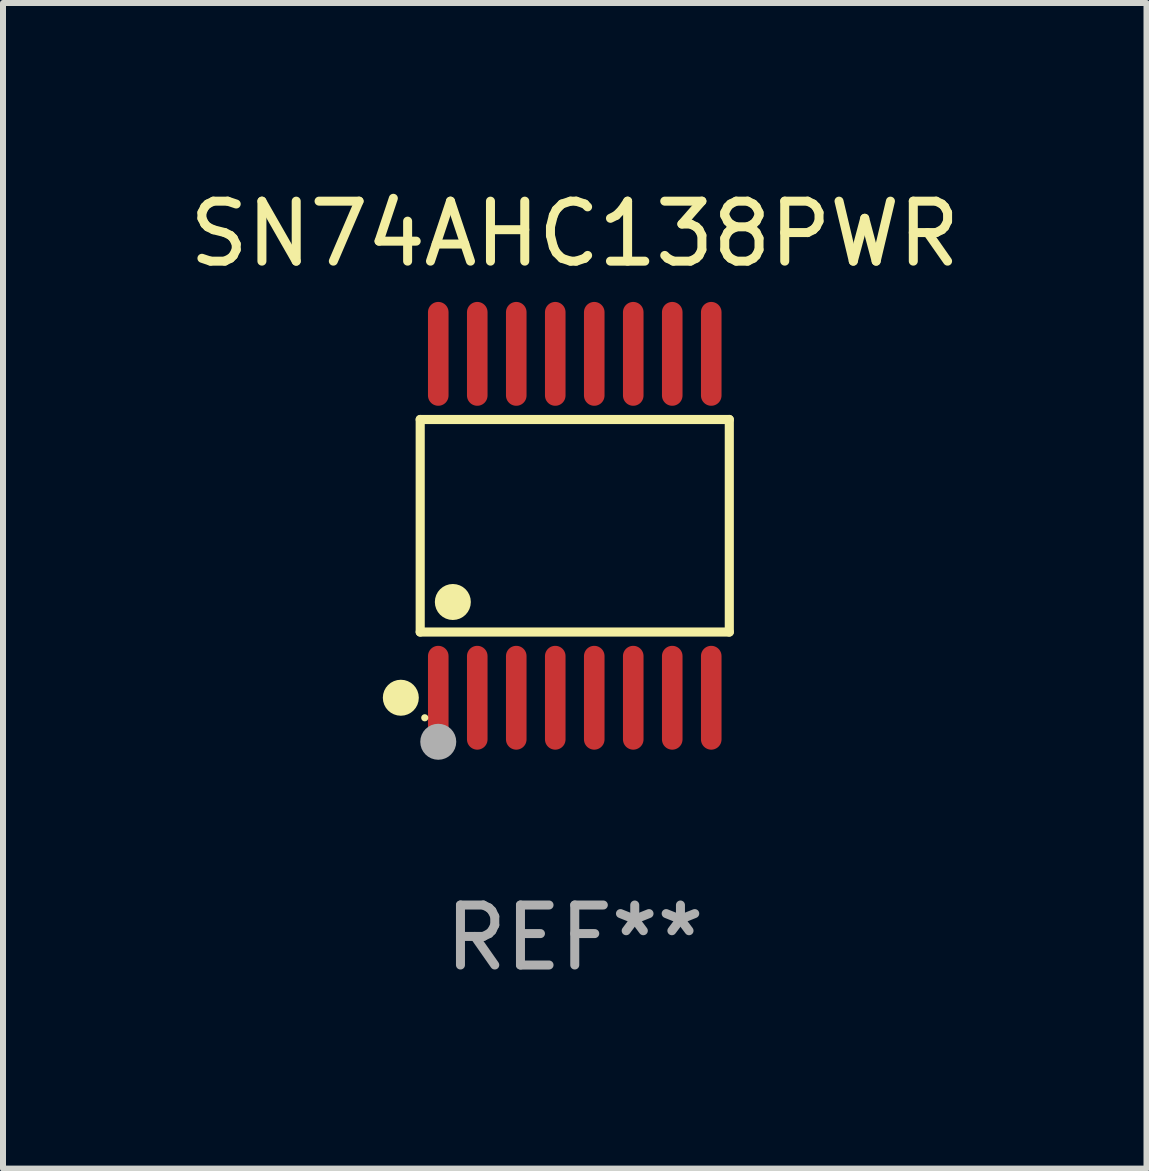
<source format=kicad_pcb>
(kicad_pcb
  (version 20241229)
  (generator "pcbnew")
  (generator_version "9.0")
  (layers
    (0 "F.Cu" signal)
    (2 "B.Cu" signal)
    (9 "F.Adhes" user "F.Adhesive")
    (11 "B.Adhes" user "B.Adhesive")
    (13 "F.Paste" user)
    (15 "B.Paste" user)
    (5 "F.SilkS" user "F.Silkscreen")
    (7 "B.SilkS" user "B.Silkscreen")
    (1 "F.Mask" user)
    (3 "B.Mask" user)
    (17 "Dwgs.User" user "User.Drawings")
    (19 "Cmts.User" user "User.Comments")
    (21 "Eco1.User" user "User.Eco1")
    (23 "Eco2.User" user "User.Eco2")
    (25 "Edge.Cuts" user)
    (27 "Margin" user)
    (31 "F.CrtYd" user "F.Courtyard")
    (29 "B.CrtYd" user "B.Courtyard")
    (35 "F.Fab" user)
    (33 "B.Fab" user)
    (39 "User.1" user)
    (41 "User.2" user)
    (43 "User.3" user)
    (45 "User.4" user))
  (footprint "SN74AHC138PWR"
    (layer "F.Cu")
    (at 6.53 5.714)
    (property "Reference" "SN74AHC138PWR" (at 0 -4.866 0) (layer "F.SilkS") (effects (font (size 1 1) (thickness 0.15))))
    (attr through_hole)
    (fp_line (start -2.576 -1.772) (end 2.576 -1.772) (stroke (width 0.152) (type solid)) (layer "F.SilkS"))
    (fp_line (start -2.576 1.771) (end -2.576 -1.772) (stroke (width 0.152) (type solid)) (layer "F.SilkS"))
    (fp_line (start 2.576 -1.772) (end 2.576 1.771) (stroke (width 0.152) (type solid)) (layer "F.SilkS"))
    (fp_line (start 2.576 1.771) (end -2.576 1.771) (stroke (width 0.152) (type solid)) (layer "F.SilkS"))
    (fp_circle (center -2.899 2.866) (end -2.749 2.866) (stroke (width 0.3) (type solid)) (fill no) (layer "F.SilkS"))
    (fp_circle (center -2.5 3.2) (end -2.47 3.2) (stroke (width 0.06) (type solid)) (fill no) (layer "F.SilkS"))
    (fp_circle (center -2.032 1.27) (end -1.882 1.27) (stroke (width 0.3) (type solid)) (fill no) (layer "F.SilkS"))
    (fp_circle (center -2.275 3.6) (end -2.125 3.6) (stroke (width 0.3) (type solid)) (fill no) (layer "F.Fab"))
    (fp_text user "REF**" (at 0 6.866 0) (layer "F.Fab") (effects (font (size 1 1) (thickness 0.15))))
    (pad "1" smd oval (at -2.275 2.866) (size 0.343 1.731) (layers "F.Cu" "F.Mask" "F.Paste"))
    (pad "2" smd oval (at -1.625 2.866) (size 0.343 1.731) (layers "F.Cu" "F.Mask" "F.Paste"))
    (pad "3" smd oval (at -0.975 2.866) (size 0.343 1.731) (layers "F.Cu" "F.Mask" "F.Paste"))
    (pad "4" smd oval (at -0.325 2.866) (size 0.343 1.731) (layers "F.Cu" "F.Mask" "F.Paste"))
    (pad "5" smd oval (at 0.325 2.866) (size 0.343 1.731) (layers "F.Cu" "F.Mask" "F.Paste"))
    (pad "6" smd oval (at 0.975 2.866) (size 0.343 1.731) (layers "F.Cu" "F.Mask" "F.Paste"))
    (pad "7" smd oval (at 1.625 2.866) (size 0.343 1.731) (layers "F.Cu" "F.Mask" "F.Paste"))
    (pad "8" smd oval (at 2.275 2.866) (size 0.343 1.731) (layers "F.Cu" "F.Mask" "F.Paste"))
    (pad "9" smd oval (at 2.275 -2.866) (size 0.343 1.731) (layers "F.Cu" "F.Mask" "F.Paste"))
    (pad "10" smd oval (at 1.625 -2.866) (size 0.343 1.731) (layers "F.Cu" "F.Mask" "F.Paste"))
    (pad "11" smd oval (at 0.975 -2.866) (size 0.343 1.731) (layers "F.Cu" "F.Mask" "F.Paste"))
    (pad "12" smd oval (at 0.325 -2.866) (size 0.343 1.731) (layers "F.Cu" "F.Mask" "F.Paste"))
    (pad "13" smd oval (at -0.325 -2.866) (size 0.343 1.731) (layers "F.Cu" "F.Mask" "F.Paste"))
    (pad "14" smd oval (at -0.975 -2.866) (size 0.343 1.731) (layers "F.Cu" "F.Mask" "F.Paste"))
    (pad "15" smd oval (at -1.625 -2.866) (size 0.343 1.731) (layers "F.Cu" "F.Mask" "F.Paste"))
    (pad "16" smd oval (at -2.275 -2.866) (size 0.343 1.731) (layers "F.Cu" "F.Mask" "F.Paste")))
  (gr_rect
    (start -3 -3)
    (end 16.06 16.428)
    (stroke (width 0.1) (type default))
    (fill no)
    (layer "Edge.Cuts")))
</source>
